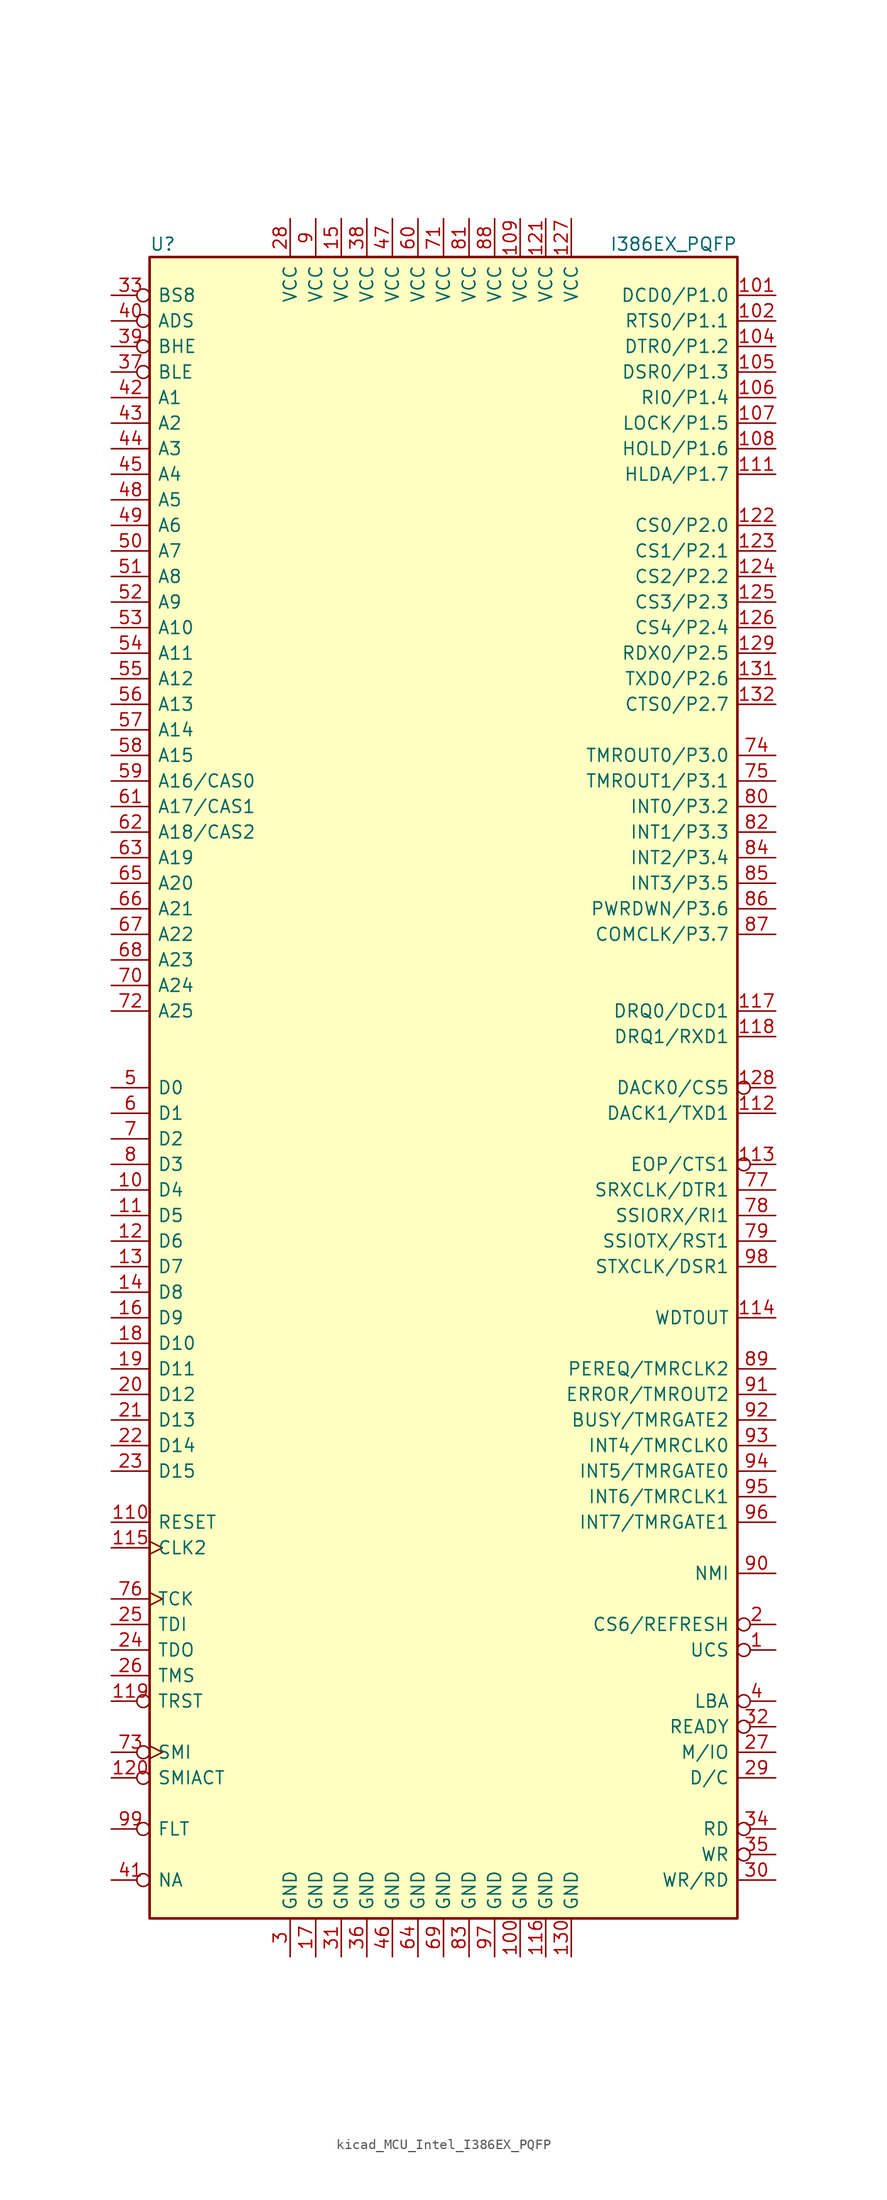
<source format=kicad_sym>
(kicad_symbol_lib
  (version 20220914)
  (generator kicad_symbol_editor)
  (symbol "kicad_MCU_Intel_I386EX_PQFP"
    (pin_names
      (offset 0.762))
    (property "Reference" "U"
      (at -29.21 83.82 0)
      (effects (font (size 1.27 1.27)) (justify left)))
    (property "Value" "I386EX_PQFP"
      (at 16.51 83.82 0)
      (effects (font (size 1.27 1.27)) (justify left)))
    (symbol "kicad_MCU_Intel_I386EX_PQFP_1_1"
      (rectangle (start -29.21 -82.55) (end 29.21 82.55) (stroke (width 0.254) (type default)) (fill (type background)))
      (pin output inverted (at 33.02 -55.88 180) (length 3.81) (name "UCS" (effects (font (size 1.27 1.27)))) (number "1" (effects (font (size 1.27 1.27)))))
      (pin tri_state line (at -33.02 -10.16 0) (length 3.81) (name "D4" (effects (font (size 1.27 1.27)))) (number "10" (effects (font (size 1.27 1.27)))))
      (pin power_in line (at 7.62 -86.36 90) (length 3.81) (name "GND" (effects (font (size 1.27 1.27)))) (number "100" (effects (font (size 1.27 1.27)))))
      (pin bidirectional line (at 33.02 78.74 180) (length 3.81) (name "DCD0/P1.0" (effects (font (size 1.27 1.27)))) (number "101" (effects (font (size 1.27 1.27)))))
      (pin bidirectional line (at 33.02 76.2 180) (length 3.81) (name "RTS0/P1.1" (effects (font (size 1.27 1.27)))) (number "102" (effects (font (size 1.27 1.27)))))
      (pin bidirectional line (at 33.02 73.66 180) (length 3.81) (name "DTR0/P1.2" (effects (font (size 1.27 1.27)))) (number "104" (effects (font (size 1.27 1.27)))))
      (pin bidirectional line (at 33.02 71.12 180) (length 3.81) (name "DSR0/P1.3" (effects (font (size 1.27 1.27)))) (number "105" (effects (font (size 1.27 1.27)))))
      (pin bidirectional line (at 33.02 68.58 180) (length 3.81) (name "RI0/P1.4" (effects (font (size 1.27 1.27)))) (number "106" (effects (font (size 1.27 1.27)))))
      (pin bidirectional line (at 33.02 66.04 180) (length 3.81) (name "LOCK/P1.5" (effects (font (size 1.27 1.27)))) (number "107" (effects (font (size 1.27 1.27)))))
      (pin bidirectional line (at 33.02 63.5 180) (length 3.81) (name "HOLD/P1.6" (effects (font (size 1.27 1.27)))) (number "108" (effects (font (size 1.27 1.27)))))
      (pin power_in line (at 7.62 86.36 270) (length 3.81) (name "VCC" (effects (font (size 1.27 1.27)))) (number "109" (effects (font (size 1.27 1.27)))))
      (pin tri_state line (at -33.02 -12.7 0) (length 3.81) (name "D5" (effects (font (size 1.27 1.27)))) (number "11" (effects (font (size 1.27 1.27)))))
      (pin input line (at -33.02 -43.18 0) (length 3.81) (name "RESET" (effects (font (size 1.27 1.27)))) (number "110" (effects (font (size 1.27 1.27)))))
      (pin bidirectional line (at 33.02 60.96 180) (length 3.81) (name "HLDA/P1.7" (effects (font (size 1.27 1.27)))) (number "111" (effects (font (size 1.27 1.27)))))
      (pin output line (at 33.02 -2.54 180) (length 3.81) (name "DACK1/TXD1" (effects (font (size 1.27 1.27)))) (number "112" (effects (font (size 1.27 1.27)))))
      (pin bidirectional inverted (at 33.02 -7.62 180) (length 3.81) (name "EOP/CTS1" (effects (font (size 1.27 1.27)))) (number "113" (effects (font (size 1.27 1.27)))))
      (pin output line (at 33.02 -22.86 180) (length 3.81) (name "WDTOUT" (effects (font (size 1.27 1.27)))) (number "114" (effects (font (size 1.27 1.27)))))
      (pin input clock (at -33.02 -45.72 0) (length 3.81) (name "CLK2" (effects (font (size 1.27 1.27)))) (number "115" (effects (font (size 1.27 1.27)))))
      (pin power_in line (at 10.16 -86.36 90) (length 3.81) (name "GND" (effects (font (size 1.27 1.27)))) (number "116" (effects (font (size 1.27 1.27)))))
      (pin input line (at 33.02 7.62 180) (length 3.81) (name "DRQ0/DCD1" (effects (font (size 1.27 1.27)))) (number "117" (effects (font (size 1.27 1.27)))))
      (pin input line (at 33.02 5.08 180) (length 3.81) (name "DRQ1/RXD1" (effects (font (size 1.27 1.27)))) (number "118" (effects (font (size 1.27 1.27)))))
      (pin input inverted (at -33.02 -60.96 0) (length 3.81) (name "TRST" (effects (font (size 1.27 1.27)))) (number "119" (effects (font (size 1.27 1.27)))))
      (pin tri_state line (at -33.02 -15.24 0) (length 3.81) (name "D6" (effects (font (size 1.27 1.27)))) (number "12" (effects (font (size 1.27 1.27)))))
      (pin output inverted (at -33.02 -68.58 0) (length 3.81) (name "SMIACT" (effects (font (size 1.27 1.27)))) (number "120" (effects (font (size 1.27 1.27)))))
      (pin power_in line (at 10.16 86.36 270) (length 3.81) (name "VCC" (effects (font (size 1.27 1.27)))) (number "121" (effects (font (size 1.27 1.27)))))
      (pin bidirectional line (at 33.02 55.88 180) (length 3.81) (name "CS0/P2.0" (effects (font (size 1.27 1.27)))) (number "122" (effects (font (size 1.27 1.27)))))
      (pin bidirectional line (at 33.02 53.34 180) (length 3.81) (name "CS1/P2.1" (effects (font (size 1.27 1.27)))) (number "123" (effects (font (size 1.27 1.27)))))
      (pin bidirectional line (at 33.02 50.8 180) (length 3.81) (name "CS2/P2.2" (effects (font (size 1.27 1.27)))) (number "124" (effects (font (size 1.27 1.27)))))
      (pin bidirectional line (at 33.02 48.26 180) (length 3.81) (name "CS3/P2.3" (effects (font (size 1.27 1.27)))) (number "125" (effects (font (size 1.27 1.27)))))
      (pin bidirectional line (at 33.02 45.72 180) (length 3.81) (name "CS4/P2.4" (effects (font (size 1.27 1.27)))) (number "126" (effects (font (size 1.27 1.27)))))
      (pin power_in line (at 12.7 86.36 270) (length 3.81) (name "VCC" (effects (font (size 1.27 1.27)))) (number "127" (effects (font (size 1.27 1.27)))))
      (pin output inverted (at 33.02 0 180) (length 3.81) (name "DACK0/CS5" (effects (font (size 1.27 1.27)))) (number "128" (effects (font (size 1.27 1.27)))))
      (pin bidirectional line (at 33.02 43.18 180) (length 3.81) (name "RDX0/P2.5" (effects (font (size 1.27 1.27)))) (number "129" (effects (font (size 1.27 1.27)))))
      (pin tri_state line (at -33.02 -17.78 0) (length 3.81) (name "D7" (effects (font (size 1.27 1.27)))) (number "13" (effects (font (size 1.27 1.27)))))
      (pin power_in line (at 12.7 -86.36 90) (length 3.81) (name "GND" (effects (font (size 1.27 1.27)))) (number "130" (effects (font (size 1.27 1.27)))))
      (pin bidirectional line (at 33.02 40.64 180) (length 3.81) (name "TXD0/P2.6" (effects (font (size 1.27 1.27)))) (number "131" (effects (font (size 1.27 1.27)))))
      (pin bidirectional line (at 33.02 38.1 180) (length 3.81) (name "CTS0/P2.7" (effects (font (size 1.27 1.27)))) (number "132" (effects (font (size 1.27 1.27)))))
      (pin tri_state line (at -33.02 -20.32 0) (length 3.81) (name "D8" (effects (font (size 1.27 1.27)))) (number "14" (effects (font (size 1.27 1.27)))))
      (pin power_in line (at -10.16 86.36 270) (length 3.81) (name "VCC" (effects (font (size 1.27 1.27)))) (number "15" (effects (font (size 1.27 1.27)))))
      (pin tri_state line (at -33.02 -22.86 0) (length 3.81) (name "D9" (effects (font (size 1.27 1.27)))) (number "16" (effects (font (size 1.27 1.27)))))
      (pin power_in line (at -12.7 -86.36 90) (length 3.81) (name "GND" (effects (font (size 1.27 1.27)))) (number "17" (effects (font (size 1.27 1.27)))))
      (pin tri_state line (at -33.02 -25.4 0) (length 3.81) (name "D10" (effects (font (size 1.27 1.27)))) (number "18" (effects (font (size 1.27 1.27)))))
      (pin tri_state line (at -33.02 -27.94 0) (length 3.81) (name "D11" (effects (font (size 1.27 1.27)))) (number "19" (effects (font (size 1.27 1.27)))))
      (pin output inverted (at 33.02 -53.34 180) (length 3.81) (name "CS6/REFRESH" (effects (font (size 1.27 1.27)))) (number "2" (effects (font (size 1.27 1.27)))))
      (pin tri_state line (at -33.02 -30.48 0) (length 3.81) (name "D12" (effects (font (size 1.27 1.27)))) (number "20" (effects (font (size 1.27 1.27)))))
      (pin tri_state line (at -33.02 -33.02 0) (length 3.81) (name "D13" (effects (font (size 1.27 1.27)))) (number "21" (effects (font (size 1.27 1.27)))))
      (pin tri_state line (at -33.02 -35.56 0) (length 3.81) (name "D14" (effects (font (size 1.27 1.27)))) (number "22" (effects (font (size 1.27 1.27)))))
      (pin tri_state line (at -33.02 -38.1 0) (length 3.81) (name "D15" (effects (font (size 1.27 1.27)))) (number "23" (effects (font (size 1.27 1.27)))))
      (pin output line (at -33.02 -55.88 0) (length 3.81) (name "TDO" (effects (font (size 1.27 1.27)))) (number "24" (effects (font (size 1.27 1.27)))))
      (pin input line (at -33.02 -53.34 0) (length 3.81) (name "TDI" (effects (font (size 1.27 1.27)))) (number "25" (effects (font (size 1.27 1.27)))))
      (pin input line (at -33.02 -58.42 0) (length 3.81) (name "TMS" (effects (font (size 1.27 1.27)))) (number "26" (effects (font (size 1.27 1.27)))))
      (pin output line (at 33.02 -66.04 180) (length 3.81) (name "M/IO" (effects (font (size 1.27 1.27)))) (number "27" (effects (font (size 1.27 1.27)))))
      (pin power_in line (at -15.24 86.36 270) (length 3.81) (name "VCC" (effects (font (size 1.27 1.27)))) (number "28" (effects (font (size 1.27 1.27)))))
      (pin output line (at 33.02 -68.58 180) (length 3.81) (name "D/C" (effects (font (size 1.27 1.27)))) (number "29" (effects (font (size 1.27 1.27)))))
      (pin power_in line (at -15.24 -86.36 90) (length 3.81) (name "GND" (effects (font (size 1.27 1.27)))) (number "3" (effects (font (size 1.27 1.27)))))
      (pin output line (at 33.02 -78.74 180) (length 3.81) (name "WR/RD" (effects (font (size 1.27 1.27)))) (number "30" (effects (font (size 1.27 1.27)))))
      (pin power_in line (at -10.16 -86.36 90) (length 3.81) (name "GND" (effects (font (size 1.27 1.27)))) (number "31" (effects (font (size 1.27 1.27)))))
      (pin bidirectional inverted (at 33.02 -63.5 180) (length 3.81) (name "READY" (effects (font (size 1.27 1.27)))) (number "32" (effects (font (size 1.27 1.27)))))
      (pin input inverted (at -33.02 78.74 0) (length 3.81) (name "BS8" (effects (font (size 1.27 1.27)))) (number "33" (effects (font (size 1.27 1.27)))))
      (pin output inverted (at 33.02 -73.66 180) (length 3.81) (name "RD" (effects (font (size 1.27 1.27)))) (number "34" (effects (font (size 1.27 1.27)))))
      (pin output inverted (at 33.02 -76.2 180) (length 3.81) (name "WR" (effects (font (size 1.27 1.27)))) (number "35" (effects (font (size 1.27 1.27)))))
      (pin power_in line (at -7.62 -86.36 90) (length 3.81) (name "GND" (effects (font (size 1.27 1.27)))) (number "36" (effects (font (size 1.27 1.27)))))
      (pin output inverted (at -33.02 71.12 0) (length 3.81) (name "BLE" (effects (font (size 1.27 1.27)))) (number "37" (effects (font (size 1.27 1.27)))))
      (pin power_in line (at -7.62 86.36 270) (length 3.81) (name "VCC" (effects (font (size 1.27 1.27)))) (number "38" (effects (font (size 1.27 1.27)))))
      (pin output inverted (at -33.02 73.66 0) (length 3.81) (name "BHE" (effects (font (size 1.27 1.27)))) (number "39" (effects (font (size 1.27 1.27)))))
      (pin output inverted (at 33.02 -60.96 180) (length 3.81) (name "LBA" (effects (font (size 1.27 1.27)))) (number "4" (effects (font (size 1.27 1.27)))))
      (pin output inverted (at -33.02 76.2 0) (length 3.81) (name "ADS" (effects (font (size 1.27 1.27)))) (number "40" (effects (font (size 1.27 1.27)))))
      (pin input inverted (at -33.02 -78.74 0) (length 3.81) (name "NA" (effects (font (size 1.27 1.27)))) (number "41" (effects (font (size 1.27 1.27)))))
      (pin tri_state line (at -33.02 68.58 0) (length 3.81) (name "A1" (effects (font (size 1.27 1.27)))) (number "42" (effects (font (size 1.27 1.27)))))
      (pin tri_state line (at -33.02 66.04 0) (length 3.81) (name "A2" (effects (font (size 1.27 1.27)))) (number "43" (effects (font (size 1.27 1.27)))))
      (pin tri_state line (at -33.02 63.5 0) (length 3.81) (name "A3" (effects (font (size 1.27 1.27)))) (number "44" (effects (font (size 1.27 1.27)))))
      (pin tri_state line (at -33.02 60.96 0) (length 3.81) (name "A4" (effects (font (size 1.27 1.27)))) (number "45" (effects (font (size 1.27 1.27)))))
      (pin power_in line (at -5.08 -86.36 90) (length 3.81) (name "GND" (effects (font (size 1.27 1.27)))) (number "46" (effects (font (size 1.27 1.27)))))
      (pin power_in line (at -5.08 86.36 270) (length 3.81) (name "VCC" (effects (font (size 1.27 1.27)))) (number "47" (effects (font (size 1.27 1.27)))))
      (pin tri_state line (at -33.02 58.42 0) (length 3.81) (name "A5" (effects (font (size 1.27 1.27)))) (number "48" (effects (font (size 1.27 1.27)))))
      (pin tri_state line (at -33.02 55.88 0) (length 3.81) (name "A6" (effects (font (size 1.27 1.27)))) (number "49" (effects (font (size 1.27 1.27)))))
      (pin tri_state line (at -33.02 0 0) (length 3.81) (name "D0" (effects (font (size 1.27 1.27)))) (number "5" (effects (font (size 1.27 1.27)))))
      (pin tri_state line (at -33.02 53.34 0) (length 3.81) (name "A7" (effects (font (size 1.27 1.27)))) (number "50" (effects (font (size 1.27 1.27)))))
      (pin tri_state line (at -33.02 50.8 0) (length 3.81) (name "A8" (effects (font (size 1.27 1.27)))) (number "51" (effects (font (size 1.27 1.27)))))
      (pin tri_state line (at -33.02 48.26 0) (length 3.81) (name "A9" (effects (font (size 1.27 1.27)))) (number "52" (effects (font (size 1.27 1.27)))))
      (pin tri_state line (at -33.02 45.72 0) (length 3.81) (name "A10" (effects (font (size 1.27 1.27)))) (number "53" (effects (font (size 1.27 1.27)))))
      (pin tri_state line (at -33.02 43.18 0) (length 3.81) (name "A11" (effects (font (size 1.27 1.27)))) (number "54" (effects (font (size 1.27 1.27)))))
      (pin tri_state line (at -33.02 40.64 0) (length 3.81) (name "A12" (effects (font (size 1.27 1.27)))) (number "55" (effects (font (size 1.27 1.27)))))
      (pin tri_state line (at -33.02 38.1 0) (length 3.81) (name "A13" (effects (font (size 1.27 1.27)))) (number "56" (effects (font (size 1.27 1.27)))))
      (pin tri_state line (at -33.02 35.56 0) (length 3.81) (name "A14" (effects (font (size 1.27 1.27)))) (number "57" (effects (font (size 1.27 1.27)))))
      (pin tri_state line (at -33.02 33.02 0) (length 3.81) (name "A15" (effects (font (size 1.27 1.27)))) (number "58" (effects (font (size 1.27 1.27)))))
      (pin tri_state line (at -33.02 30.48 0) (length 3.81) (name "A16/CAS0" (effects (font (size 1.27 1.27)))) (number "59" (effects (font (size 1.27 1.27)))))
      (pin tri_state line (at -33.02 -2.54 0) (length 3.81) (name "D1" (effects (font (size 1.27 1.27)))) (number "6" (effects (font (size 1.27 1.27)))))
      (pin power_in line (at -2.54 86.36 270) (length 3.81) (name "VCC" (effects (font (size 1.27 1.27)))) (number "60" (effects (font (size 1.27 1.27)))))
      (pin tri_state line (at -33.02 27.94 0) (length 3.81) (name "A17/CAS1" (effects (font (size 1.27 1.27)))) (number "61" (effects (font (size 1.27 1.27)))))
      (pin tri_state line (at -33.02 25.4 0) (length 3.81) (name "A18/CAS2" (effects (font (size 1.27 1.27)))) (number "62" (effects (font (size 1.27 1.27)))))
      (pin tri_state line (at -33.02 22.86 0) (length 3.81) (name "A19" (effects (font (size 1.27 1.27)))) (number "63" (effects (font (size 1.27 1.27)))))
      (pin power_in line (at -2.54 -86.36 90) (length 3.81) (name "GND" (effects (font (size 1.27 1.27)))) (number "64" (effects (font (size 1.27 1.27)))))
      (pin tri_state line (at -33.02 20.32 0) (length 3.81) (name "A20" (effects (font (size 1.27 1.27)))) (number "65" (effects (font (size 1.27 1.27)))))
      (pin tri_state line (at -33.02 17.78 0) (length 3.81) (name "A21" (effects (font (size 1.27 1.27)))) (number "66" (effects (font (size 1.27 1.27)))))
      (pin tri_state line (at -33.02 15.24 0) (length 3.81) (name "A22" (effects (font (size 1.27 1.27)))) (number "67" (effects (font (size 1.27 1.27)))))
      (pin tri_state line (at -33.02 12.7 0) (length 3.81) (name "A23" (effects (font (size 1.27 1.27)))) (number "68" (effects (font (size 1.27 1.27)))))
      (pin power_in line (at 0 -86.36 90) (length 3.81) (name "GND" (effects (font (size 1.27 1.27)))) (number "69" (effects (font (size 1.27 1.27)))))
      (pin tri_state line (at -33.02 -5.08 0) (length 3.81) (name "D2" (effects (font (size 1.27 1.27)))) (number "7" (effects (font (size 1.27 1.27)))))
      (pin tri_state line (at -33.02 10.16 0) (length 3.81) (name "A24" (effects (font (size 1.27 1.27)))) (number "70" (effects (font (size 1.27 1.27)))))
      (pin power_in line (at 0 86.36 270) (length 3.81) (name "VCC" (effects (font (size 1.27 1.27)))) (number "71" (effects (font (size 1.27 1.27)))))
      (pin tri_state line (at -33.02 7.62 0) (length 3.81) (name "A25" (effects (font (size 1.27 1.27)))) (number "72" (effects (font (size 1.27 1.27)))))
      (pin input inverted_clock (at -33.02 -66.04 0) (length 3.81) (name "SMI" (effects (font (size 1.27 1.27)))) (number "73" (effects (font (size 1.27 1.27)))))
      (pin bidirectional line (at 33.02 33.02 180) (length 3.81) (name "TMROUT0/P3.0" (effects (font (size 1.27 1.27)))) (number "74" (effects (font (size 1.27 1.27)))))
      (pin bidirectional line (at 33.02 30.48 180) (length 3.81) (name "TMROUT1/P3.1" (effects (font (size 1.27 1.27)))) (number "75" (effects (font (size 1.27 1.27)))))
      (pin input clock (at -33.02 -50.8 0) (length 3.81) (name "TCK" (effects (font (size 1.27 1.27)))) (number "76" (effects (font (size 1.27 1.27)))))
      (pin bidirectional line (at 33.02 -10.16 180) (length 3.81) (name "SRXCLK/DTR1" (effects (font (size 1.27 1.27)))) (number "77" (effects (font (size 1.27 1.27)))))
      (pin input line (at 33.02 -12.7 180) (length 3.81) (name "SSIORX/RI1" (effects (font (size 1.27 1.27)))) (number "78" (effects (font (size 1.27 1.27)))))
      (pin bidirectional line (at 33.02 -15.24 180) (length 3.81) (name "SSIOTX/RST1" (effects (font (size 1.27 1.27)))) (number "79" (effects (font (size 1.27 1.27)))))
      (pin tri_state line (at -33.02 -7.62 0) (length 3.81) (name "D3" (effects (font (size 1.27 1.27)))) (number "8" (effects (font (size 1.27 1.27)))))
      (pin bidirectional line (at 33.02 27.94 180) (length 3.81) (name "INT0/P3.2" (effects (font (size 1.27 1.27)))) (number "80" (effects (font (size 1.27 1.27)))))
      (pin power_in line (at 2.54 86.36 270) (length 3.81) (name "VCC" (effects (font (size 1.27 1.27)))) (number "81" (effects (font (size 1.27 1.27)))))
      (pin bidirectional line (at 33.02 25.4 180) (length 3.81) (name "INT1/P3.3" (effects (font (size 1.27 1.27)))) (number "82" (effects (font (size 1.27 1.27)))))
      (pin power_in line (at 2.54 -86.36 90) (length 3.81) (name "GND" (effects (font (size 1.27 1.27)))) (number "83" (effects (font (size 1.27 1.27)))))
      (pin bidirectional line (at 33.02 22.86 180) (length 3.81) (name "INT2/P3.4" (effects (font (size 1.27 1.27)))) (number "84" (effects (font (size 1.27 1.27)))))
      (pin bidirectional line (at 33.02 20.32 180) (length 3.81) (name "INT3/P3.5" (effects (font (size 1.27 1.27)))) (number "85" (effects (font (size 1.27 1.27)))))
      (pin bidirectional line (at 33.02 17.78 180) (length 3.81) (name "PWRDWN/P3.6" (effects (font (size 1.27 1.27)))) (number "86" (effects (font (size 1.27 1.27)))))
      (pin bidirectional line (at 33.02 15.24 180) (length 3.81) (name "COMCLK/P3.7" (effects (font (size 1.27 1.27)))) (number "87" (effects (font (size 1.27 1.27)))))
      (pin power_in line (at 5.08 86.36 270) (length 3.81) (name "VCC" (effects (font (size 1.27 1.27)))) (number "88" (effects (font (size 1.27 1.27)))))
      (pin input line (at 33.02 -27.94 180) (length 3.81) (name "PEREQ/TMRCLK2" (effects (font (size 1.27 1.27)))) (number "89" (effects (font (size 1.27 1.27)))))
      (pin power_in line (at -12.7 86.36 270) (length 3.81) (name "VCC" (effects (font (size 1.27 1.27)))) (number "9" (effects (font (size 1.27 1.27)))))
      (pin input line (at 33.02 -48.26 180) (length 3.81) (name "NMI" (effects (font (size 1.27 1.27)))) (number "90" (effects (font (size 1.27 1.27)))))
      (pin bidirectional line (at 33.02 -30.48 180) (length 3.81) (name "ERROR/TMROUT2" (effects (font (size 1.27 1.27)))) (number "91" (effects (font (size 1.27 1.27)))))
      (pin input line (at 33.02 -33.02 180) (length 3.81) (name "BUSY/TMRGATE2" (effects (font (size 1.27 1.27)))) (number "92" (effects (font (size 1.27 1.27)))))
      (pin input line (at 33.02 -35.56 180) (length 3.81) (name "INT4/TMRCLK0" (effects (font (size 1.27 1.27)))) (number "93" (effects (font (size 1.27 1.27)))))
      (pin input line (at 33.02 -38.1 180) (length 3.81) (name "INT5/TMRGATE0" (effects (font (size 1.27 1.27)))) (number "94" (effects (font (size 1.27 1.27)))))
      (pin input line (at 33.02 -40.64 180) (length 3.81) (name "INT6/TMRCLK1" (effects (font (size 1.27 1.27)))) (number "95" (effects (font (size 1.27 1.27)))))
      (pin input line (at 33.02 -43.18 180) (length 3.81) (name "INT7/TMRGATE1" (effects (font (size 1.27 1.27)))) (number "96" (effects (font (size 1.27 1.27)))))
      (pin power_in line (at 5.08 -86.36 90) (length 3.81) (name "GND" (effects (font (size 1.27 1.27)))) (number "97" (effects (font (size 1.27 1.27)))))
      (pin bidirectional line (at 33.02 -17.78 180) (length 3.81) (name "STXCLK/DSR1" (effects (font (size 1.27 1.27)))) (number "98" (effects (font (size 1.27 1.27)))))
      (pin input inverted (at -33.02 -73.66 0) (length 3.81) (name "FLT" (effects (font (size 1.27 1.27)))) (number "99" (effects (font (size 1.27 1.27))))))))
</source>
